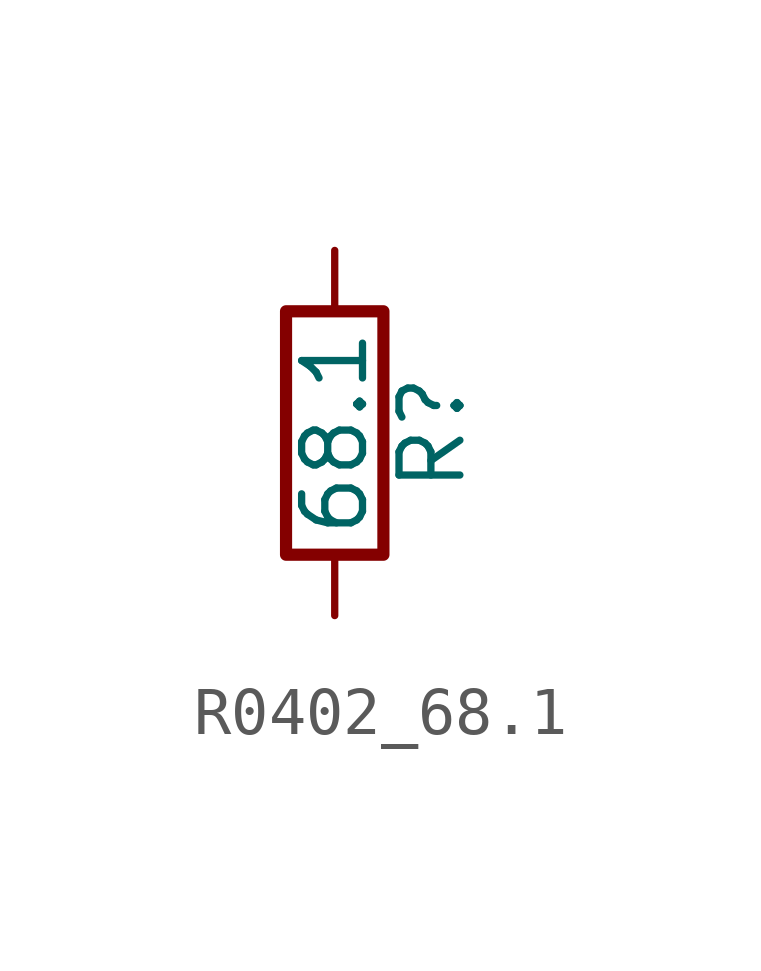
<source format=kicad_sym>
(kicad_symbol_lib
  (version 20211014)
  (generator atlantix-eda)
  (symbol "R0402_68.1"
    (pin_numbers hide)
    (pin_names
      (offset 0))
    (property "Reference" "R"
      (at 2.032 0 90)
      (effects (font (size 1.27 1.27))))
    (property "Value" "68.1"
      (at 0 0 90)
      (effects (font (size 1.27 1.27))))
    (symbol "R0402_68.1_0_1"
      (rectangle (start -1.016 -2.54) (end 1.016 2.54) (stroke (width 0.254) (type default) (color 0 0 0 0)) (fill (type none))))
    (symbol "R0402_68.1_1_1"
      (pin passive line (at 0 3.81 270) (length 1.27) (name "~" (effects (font (size 1.27 1.27)))) (number "1" (effects (font (size 1.27 1.27)))))
      (pin passive line (at 0 -3.81 90) (length 1.27) (name "~" (effects (font (size 1.27 1.27)))) (number "2" (effects (font (size 1.27 1.27))))))))
</source>
